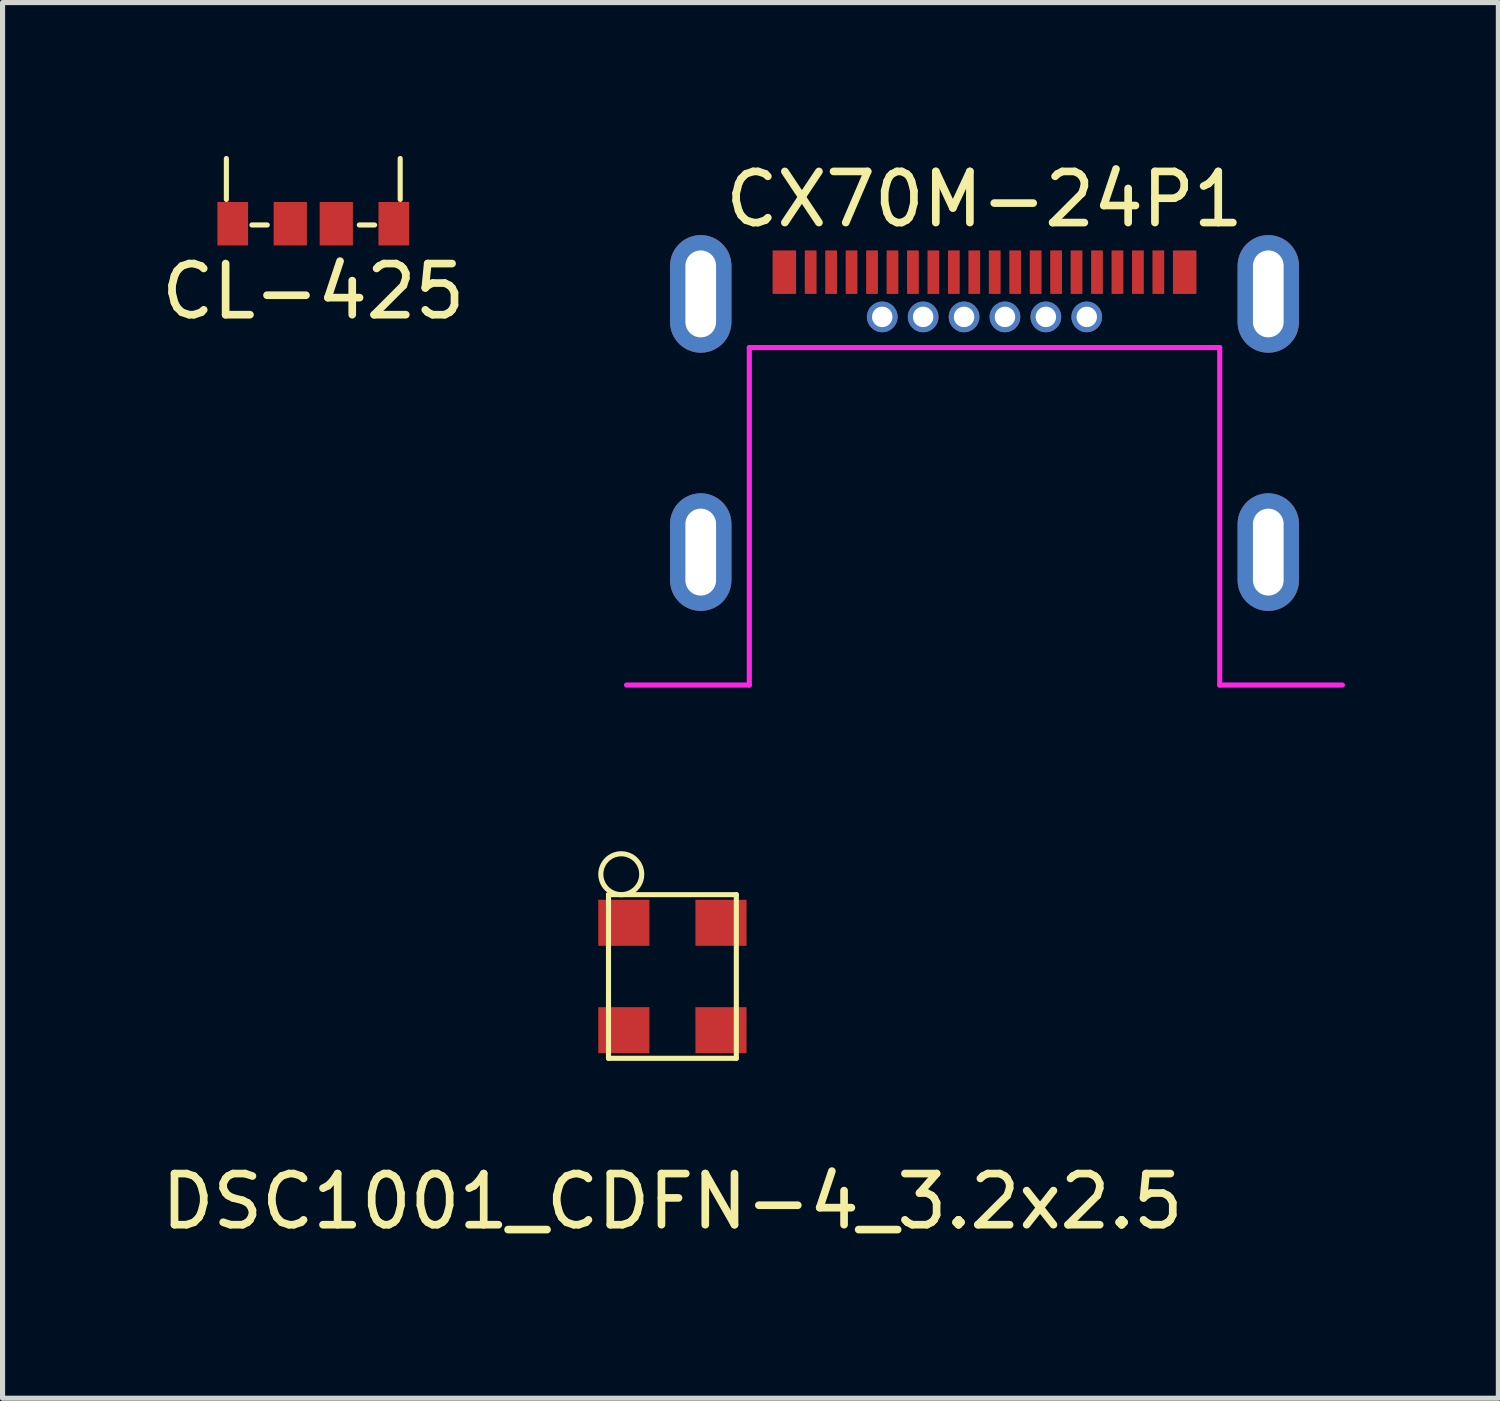
<source format=kicad_pcb>
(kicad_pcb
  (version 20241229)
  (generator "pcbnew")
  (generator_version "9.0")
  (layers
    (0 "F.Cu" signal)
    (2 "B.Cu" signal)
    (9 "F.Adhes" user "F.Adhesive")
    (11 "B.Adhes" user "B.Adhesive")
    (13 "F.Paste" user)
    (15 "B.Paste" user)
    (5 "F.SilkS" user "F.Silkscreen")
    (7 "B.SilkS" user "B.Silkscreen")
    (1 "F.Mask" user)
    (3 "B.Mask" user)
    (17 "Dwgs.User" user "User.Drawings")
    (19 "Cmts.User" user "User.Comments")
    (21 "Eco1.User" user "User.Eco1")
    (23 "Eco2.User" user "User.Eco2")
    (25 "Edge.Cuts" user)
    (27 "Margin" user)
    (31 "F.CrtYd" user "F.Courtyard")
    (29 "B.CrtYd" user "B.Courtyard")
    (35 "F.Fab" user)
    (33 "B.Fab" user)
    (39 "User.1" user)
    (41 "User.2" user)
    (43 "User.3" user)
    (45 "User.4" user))
  (footprint "CX70M-24P1"
    (layer "F.Cu")
    (at 16.205 10.348)
    (property "Reference" "CX70M-24P1" (at 0 -9.5 0) (layer "F.SilkS") (effects (font (size 1 1) (thickness 0.15))))
    (attr through_hole)
    (fp_line (start -4.6 -6.6) (end 4.6 -6.6) (stroke (width 0.1) (type solid)) (layer "F.CrtYd"))
    (fp_line (start -4.6 0) (end -7 0) (stroke (width 0.1) (type solid)) (layer "F.CrtYd"))
    (fp_line (start -4.6 0) (end -4.6 -6.6) (stroke (width 0.1) (type solid)) (layer "F.CrtYd"))
    (fp_line (start 4.6 -6.6) (end 4.6 0) (stroke (width 0.1) (type solid)) (layer "F.CrtYd"))
    (fp_line (start 4.6 0) (end 7 0) (stroke (width 0.1) (type solid)) (layer "F.CrtYd"))
    (pad "A1" smd rect (at -2.2 -8.075) (size 0.23 0.85) (layers "F.Cu" "F.Mask" "F.Paste"))
    (pad "A2" smd rect (at -1.8 -8.075) (size 0.23 0.85) (layers "F.Cu" "F.Mask" "F.Paste"))
    (pad "A3" smd rect (at -1.4 -8.075) (size 0.23 0.85) (layers "F.Cu" "F.Mask" "F.Paste"))
    (pad "A4" smd rect (at -1 -8.075) (size 0.23 0.85) (layers "F.Cu" "F.Mask" "F.Paste"))
    (pad "A5" smd rect (at -0.6 -8.075) (size 0.23 0.85) (layers "F.Cu" "F.Mask" "F.Paste"))
    (pad "A6" smd rect (at -0.2 -8.075) (size 0.23 0.85) (layers "F.Cu" "F.Mask" "F.Paste"))
    (pad "A7" smd rect (at 0.2 -8.075) (size 0.23 0.85) (layers "F.Cu" "F.Mask" "F.Paste"))
    (pad "A8" smd rect (at 0.6 -8.075) (size 0.23 0.85) (layers "F.Cu" "F.Mask" "F.Paste"))
    (pad "A9" smd rect (at 1 -8.075) (size 0.23 0.85) (layers "F.Cu" "F.Mask" "F.Paste"))
    (pad "A10" smd rect (at 1.4 -8.075) (size 0.23 0.85) (layers "F.Cu" "F.Mask" "F.Paste"))
    (pad "A11" smd rect (at 1.8 -8.075) (size 0.23 0.85) (layers "F.Cu" "F.Mask" "F.Paste"))
    (pad "A12" smd rect (at 2.2 -8.075) (size 0.23 0.85) (layers "F.Cu" "F.Mask" "F.Paste"))
    (pad "B1" smd rect (at 3.4 -8.075) (size 0.23 0.85) (layers "F.Cu" "F.Mask" "F.Paste"))
    (pad "B2" smd rect (at 3 -8.075) (size 0.23 0.85) (layers "F.Cu" "F.Mask" "F.Paste"))
    (pad "B3" smd rect (at 2.6 -8.075) (size 0.23 0.85) (layers "F.Cu" "F.Mask" "F.Paste"))
    (pad "B4" thru_hole circle (at 2 -7.2) (size 0.6 0.6) (drill 0.4) (layers "*.Cu" "*.Mask"))
    (pad "B5" thru_hole circle (at 1.2 -7.2) (size 0.6 0.6) (drill 0.4) (layers "*.Cu" "*.Mask"))
    (pad "B6" thru_hole circle (at 0.4 -7.2) (size 0.6 0.6) (drill 0.4) (layers "*.Cu" "*.Mask"))
    (pad "B7" thru_hole circle (at -0.4 -7.2) (size 0.6 0.6) (drill 0.4) (layers "*.Cu" "*.Mask"))
    (pad "B8" thru_hole circle (at -1.2 -7.2) (size 0.6 0.6) (drill 0.4) (layers "*.Cu" "*.Mask"))
    (pad "B9" thru_hole circle (at -2 -7.2) (size 0.6 0.6) (drill 0.4) (layers "*.Cu" "*.Mask"))
    (pad "B10" smd rect (at -2.6 -8.075) (size 0.23 0.85) (layers "F.Cu" "F.Mask" "F.Paste"))
    (pad "B11" smd rect (at -3 -8.075) (size 0.23 0.85) (layers "F.Cu" "F.Mask" "F.Paste"))
    (pad "B12" smd rect (at -3.4 -8.075) (size 0.23 0.85) (layers "F.Cu" "F.Mask" "F.Paste"))
    (pad "S1" thru_hole oval (at -5.55 -7.65) (size 1.2 2.3) (drill oval 0.6 1.7) (layers "*.Cu" "*.Mask"))
    (pad "S1" thru_hole oval (at -5.55 -2.6) (size 1.2 2.3) (drill oval 0.6 1.7) (layers "*.Cu" "*.Mask"))
    (pad "S1" smd rect (at -3.915 -8.075) (size 0.46 0.85) (layers "F.Cu" "F.Mask" "F.Paste"))
    (pad "S1" smd rect (at 3.915 -8.075) (size 0.46 0.85) (layers "F.Cu" "F.Mask" "F.Paste"))
    (pad "S1" thru_hole oval (at 5.55 -7.65) (size 1.2 2.3) (drill oval 0.6 1.7) (layers "*.Cu" "*.Mask"))
    (pad "S1" thru_hole oval (at 5.55 -2.6) (size 1.2 2.3) (drill oval 0.6 1.7) (layers "*.Cu" "*.Mask")))
  (footprint "DSC1001_CDFN-4_3.2x2.5"
    (layer "F.Cu")
    (at 10.101 16.048)
    (property "Reference" "DSC1001_CDFN-4_3.2x2.5" (at 0 4.4 0) (layer "F.SilkS") (effects (font (size 1 1) (thickness 0.15))))
    (attr through_hole)
    (fp_line (start -1.25 -1.6) (end 1.25 -1.6) (stroke (width 0.1) (type solid)) (layer "F.SilkS"))
    (fp_line (start -1.25 1.6) (end -1.25 -1.6) (stroke (width 0.1) (type solid)) (layer "F.SilkS"))
    (fp_line (start 1.25 -1.6) (end 1.25 1.6) (stroke (width 0.1) (type solid)) (layer "F.SilkS"))
    (fp_line (start 1.25 1.6) (end -1.25 1.6) (stroke (width 0.1) (type solid)) (layer "F.SilkS"))
    (fp_circle (center -1 -2) (end -1 -1.6) (stroke (width 0.1) (type solid)) (fill no) (layer "F.SilkS"))
    (pad "1" smd rect (at -0.95 -1.05) (size 1 0.9) (layers "F.Cu" "F.Mask" "F.Paste"))
    (pad "2" smd rect (at -0.95 1.05) (size 1 0.9) (layers "F.Cu" "F.Mask" "F.Paste"))
    (pad "3" smd rect (at 0.95 1.05) (size 1 0.9) (layers "F.Cu" "F.Mask" "F.Paste"))
    (pad "4" smd rect (at 0.95 -1.05) (size 1 0.9) (layers "F.Cu" "F.Mask" "F.Paste")))
  (footprint "CL-425"
    (layer "F.Cu")
    (at 3.077 0.65)
    (property "Reference" "CL-425" (at 0 2 0) (layer "F.SilkS") (effects (font (size 1 1) (thickness 0.15))))
    (attr through_hole)
    (fp_line (start -1.7 0.2) (end -1.7 -0.6) (stroke (width 0.1) (type solid)) (layer "F.SilkS"))
    (fp_line (start -1.2 0.7) (end -0.9 0.7) (stroke (width 0.1) (type solid)) (layer "F.SilkS"))
    (fp_line (start 0.9 0.7) (end 1.2 0.7) (stroke (width 0.1) (type solid)) (layer "F.SilkS"))
    (fp_line (start 1.7 0.2) (end 1.7 -0.6) (stroke (width 0.1) (type solid)) (layer "F.SilkS"))
    (pad "1" smd rect (at -1.575 0.675) (size 0.6 0.85) (layers "F.Cu" "F.Mask" "F.Paste"))
    (pad "2" smd rect (at -0.45 0.675) (size 0.65 0.85) (layers "F.Cu" "F.Mask" "F.Paste"))
    (pad "3" smd rect (at 0.45 0.675) (size 0.65 0.85) (layers "F.Cu" "F.Mask" "F.Paste"))
    (pad "4" smd rect (at 1.575 0.675) (size 0.6 0.85) (layers "F.Cu" "F.Mask" "F.Paste")))
  (gr_rect
    (start -3 -3)
    (end 26.255 24.297)
    (stroke (width 0.1) (type default))
    (fill no)
    (layer "Edge.Cuts")))
</source>
